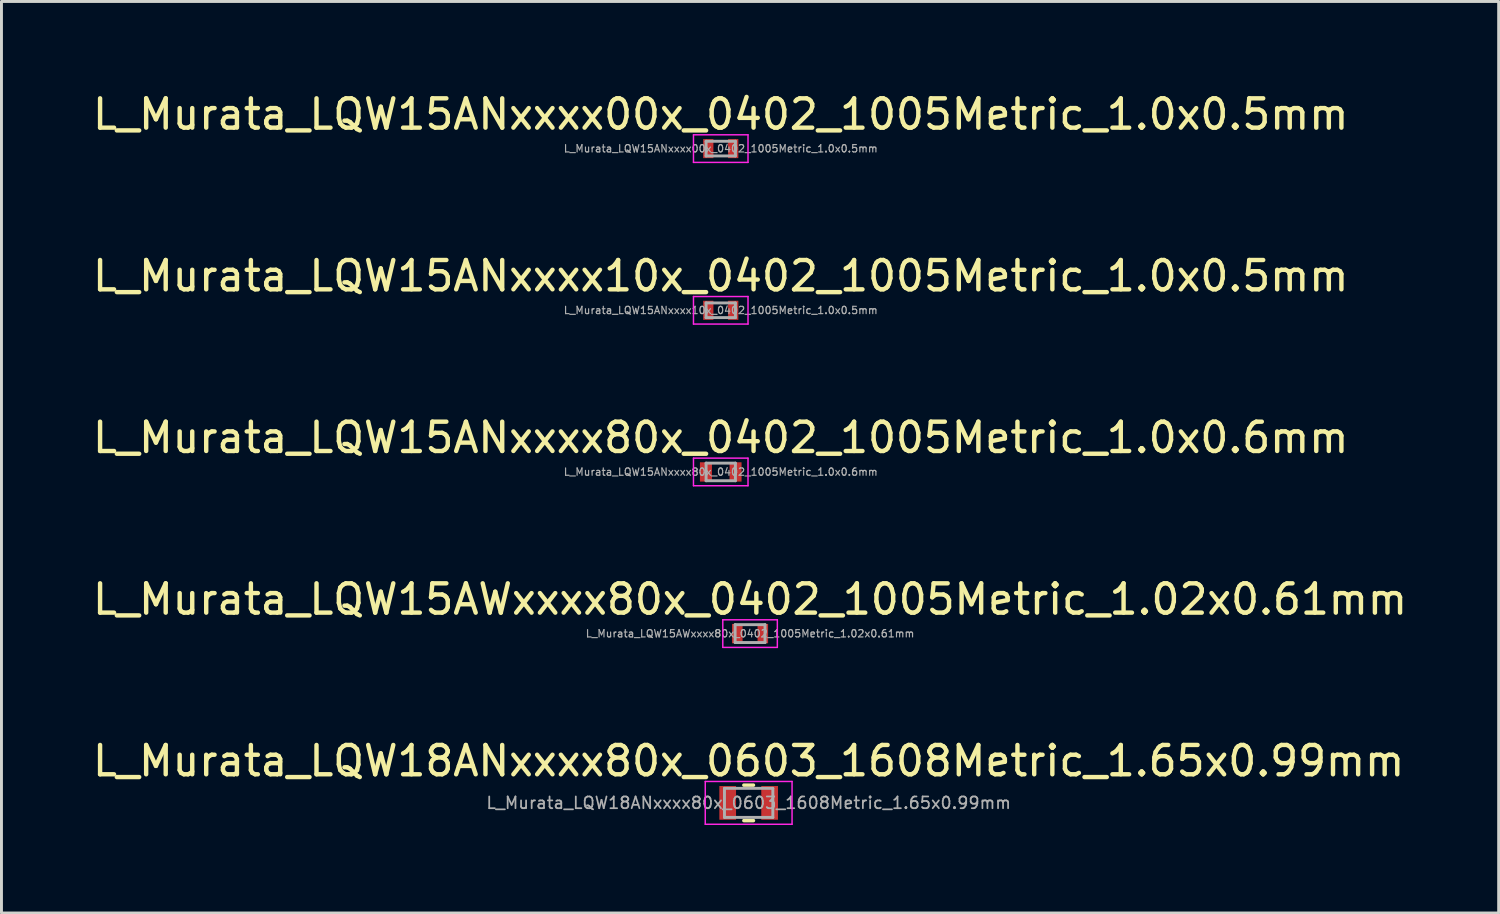
<source format=kicad_pcb>
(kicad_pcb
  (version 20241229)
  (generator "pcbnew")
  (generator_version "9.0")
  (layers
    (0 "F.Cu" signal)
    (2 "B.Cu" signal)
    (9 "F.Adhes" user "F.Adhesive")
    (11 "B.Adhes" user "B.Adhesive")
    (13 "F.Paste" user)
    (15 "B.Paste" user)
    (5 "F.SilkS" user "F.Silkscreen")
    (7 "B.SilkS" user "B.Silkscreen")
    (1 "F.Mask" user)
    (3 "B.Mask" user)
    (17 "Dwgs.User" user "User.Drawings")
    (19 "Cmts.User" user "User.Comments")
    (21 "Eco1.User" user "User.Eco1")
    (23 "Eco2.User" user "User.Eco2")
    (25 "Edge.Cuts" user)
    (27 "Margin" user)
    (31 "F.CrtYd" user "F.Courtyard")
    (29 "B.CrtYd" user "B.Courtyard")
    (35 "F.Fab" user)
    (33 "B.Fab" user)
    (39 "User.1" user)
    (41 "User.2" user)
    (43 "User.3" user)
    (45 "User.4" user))
  (footprint "L_Murata_LQW18ANxxxx80x_0603_1608Metric_1.65x0.99mm"
    (layer "F.Cu")
    (at 22.482 24.331)
    (property "Reference" "L_Murata_LQW18ANxxxx80x_0603_1608Metric_1.65x0.99mm" (at 0 -1.43 0) (layer "F.SilkS") (effects (font (size 1 1) (thickness 0.15))))
    (attr smd)
    (fp_line (start -0.163 -0.605) (end 0.163 -0.605) (stroke (width 0.12) (type solid)) (layer "F.SilkS"))
    (fp_line (start -0.163 0.605) (end 0.163 0.605) (stroke (width 0.12) (type solid)) (layer "F.SilkS"))
    (fp_line (start -1.48 -0.73) (end 1.48 -0.73) (stroke (width 0.05) (type solid)) (layer "F.CrtYd"))
    (fp_line (start -1.48 0.73) (end -1.48 -0.73) (stroke (width 0.05) (type solid)) (layer "F.CrtYd"))
    (fp_line (start 1.48 -0.73) (end 1.48 0.73) (stroke (width 0.05) (type solid)) (layer "F.CrtYd"))
    (fp_line (start 1.48 0.73) (end -1.48 0.73) (stroke (width 0.05) (type solid)) (layer "F.CrtYd"))
    (fp_line (start -0.825 -0.495) (end 0.825 -0.495) (stroke (width 0.1) (type solid)) (layer "F.Fab"))
    (fp_line (start -0.825 0.495) (end -0.825 -0.495) (stroke (width 0.1) (type solid)) (layer "F.Fab"))
    (fp_line (start 0.825 -0.495) (end 0.825 0.495) (stroke (width 0.1) (type solid)) (layer "F.Fab"))
    (fp_line (start 0.825 0.495) (end -0.825 0.495) (stroke (width 0.1) (type solid)) (layer "F.Fab"))
    (fp_text user "${REFERENCE}" (at 0 0 0) (layer "F.Fab") (effects (font (size 0.4 0.4) (thickness 0.06))))
    (pad "1" smd rect (at -0.715 0) (size 0.57 1.15) (layers "F.Cu" "F.Mask" "F.Paste"))
    (pad "2" smd rect (at 0.715 0) (size 0.57 1.15) (layers "F.Cu" "F.Mask" "F.Paste")))
  (footprint "L_Murata_LQW15ANxxxx00x_0402_1005Metric_1.0x0.5mm"
    (layer "F.Cu")
    (at 21.53 2.018)
    (property "Reference" "L_Murata_LQW15ANxxxx00x_0402_1005Metric_1.0x0.5mm" (at 0 -1.17 0) (layer "F.SilkS") (effects (font (size 1 1) (thickness 0.15))))
    (attr smd)
    (fp_line (start -0.93 -0.47) (end 0.93 -0.47) (stroke (width 0.05) (type solid)) (layer "F.CrtYd"))
    (fp_line (start -0.93 0.47) (end -0.93 -0.47) (stroke (width 0.05) (type solid)) (layer "F.CrtYd"))
    (fp_line (start 0.93 -0.47) (end 0.93 0.47) (stroke (width 0.05) (type solid)) (layer "F.CrtYd"))
    (fp_line (start 0.93 0.47) (end -0.93 0.47) (stroke (width 0.05) (type solid)) (layer "F.CrtYd"))
    (fp_line (start -0.5 -0.25) (end 0.5 -0.25) (stroke (width 0.1) (type solid)) (layer "F.Fab"))
    (fp_line (start -0.5 0.25) (end -0.5 -0.25) (stroke (width 0.1) (type solid)) (layer "F.Fab"))
    (fp_line (start 0.5 -0.25) (end 0.5 0.25) (stroke (width 0.1) (type solid)) (layer "F.Fab"))
    (fp_line (start 0.5 0.25) (end -0.5 0.25) (stroke (width 0.1) (type solid)) (layer "F.Fab"))
    (fp_text user "${REFERENCE}" (at 0 0 0) (layer "F.Fab") (effects (font (size 0.25 0.25) (thickness 0.04))))
    (pad "1" smd rect (at -0.425 0) (size 0.35 0.65) (layers "F.Cu" "F.Mask" "F.Paste"))
    (pad "2" smd rect (at 0.425 0) (size 0.35 0.65) (layers "F.Cu" "F.Mask" "F.Paste")))
  (footprint "L_Murata_LQW15ANxxxx10x_0402_1005Metric_1.0x0.5mm"
    (layer "F.Cu")
    (at 21.53 7.532)
    (property "Reference" "L_Murata_LQW15ANxxxx10x_0402_1005Metric_1.0x0.5mm" (at 0 -1.17 0) (layer "F.SilkS") (effects (font (size 1 1) (thickness 0.15))))
    (attr smd)
    (fp_line (start -0.93 -0.47) (end 0.93 -0.47) (stroke (width 0.05) (type solid)) (layer "F.CrtYd"))
    (fp_line (start -0.93 0.47) (end -0.93 -0.47) (stroke (width 0.05) (type solid)) (layer "F.CrtYd"))
    (fp_line (start 0.93 -0.47) (end 0.93 0.47) (stroke (width 0.05) (type solid)) (layer "F.CrtYd"))
    (fp_line (start 0.93 0.47) (end -0.93 0.47) (stroke (width 0.05) (type solid)) (layer "F.CrtYd"))
    (fp_line (start -0.5 -0.25) (end 0.5 -0.25) (stroke (width 0.1) (type solid)) (layer "F.Fab"))
    (fp_line (start -0.5 0.25) (end -0.5 -0.25) (stroke (width 0.1) (type solid)) (layer "F.Fab"))
    (fp_line (start 0.5 -0.25) (end 0.5 0.25) (stroke (width 0.1) (type solid)) (layer "F.Fab"))
    (fp_line (start 0.5 0.25) (end -0.5 0.25) (stroke (width 0.1) (type solid)) (layer "F.Fab"))
    (fp_text user "${REFERENCE}" (at 0 0 0) (layer "F.Fab") (effects (font (size 0.25 0.25) (thickness 0.04))))
    (pad "1" smd rect (at -0.425 0) (size 0.35 0.65) (layers "F.Cu" "F.Mask" "F.Paste"))
    (pad "2" smd rect (at 0.425 0) (size 0.35 0.65) (layers "F.Cu" "F.Mask" "F.Paste")))
  (footprint "L_Murata_LQW15ANxxxx80x_0402_1005Metric_1.0x0.6mm"
    (layer "F.Cu")
    (at 21.53 13.045)
    (property "Reference" "L_Murata_LQW15ANxxxx80x_0402_1005Metric_1.0x0.6mm" (at 0 -1.17 0) (layer "F.SilkS") (effects (font (size 1 1) (thickness 0.15))))
    (attr smd)
    (fp_line (start -0.93 -0.47) (end 0.93 -0.47) (stroke (width 0.05) (type solid)) (layer "F.CrtYd"))
    (fp_line (start -0.93 0.47) (end -0.93 -0.47) (stroke (width 0.05) (type solid)) (layer "F.CrtYd"))
    (fp_line (start 0.93 -0.47) (end 0.93 0.47) (stroke (width 0.05) (type solid)) (layer "F.CrtYd"))
    (fp_line (start 0.93 0.47) (end -0.93 0.47) (stroke (width 0.05) (type solid)) (layer "F.CrtYd"))
    (fp_line (start -0.5 -0.3) (end 0.5 -0.3) (stroke (width 0.1) (type solid)) (layer "F.Fab"))
    (fp_line (start -0.5 0.3) (end -0.5 -0.3) (stroke (width 0.1) (type solid)) (layer "F.Fab"))
    (fp_line (start 0.5 -0.3) (end 0.5 0.3) (stroke (width 0.1) (type solid)) (layer "F.Fab"))
    (fp_line (start 0.5 0.3) (end -0.5 0.3) (stroke (width 0.1) (type solid)) (layer "F.Fab"))
    (fp_text user "${REFERENCE}" (at 0 0 0) (layer "F.Fab") (effects (font (size 0.25 0.25) (thickness 0.04))))
    (pad "1" smd rect (at -0.505 0) (size 0.41 0.66) (layers "F.Cu" "F.Mask" "F.Paste"))
    (pad "2" smd rect (at 0.505 0) (size 0.41 0.66) (layers "F.Cu" "F.Mask" "F.Paste")))
  (footprint "L_Murata_LQW15AWxxxx80x_0402_1005Metric_1.02x0.61mm"
    (layer "F.Cu")
    (at 22.53 18.558)
    (property "Reference" "L_Murata_LQW15AWxxxx80x_0402_1005Metric_1.02x0.61mm" (at 0 -1.17 0) (layer "F.SilkS") (effects (font (size 1 1) (thickness 0.15))))
    (attr smd)
    (fp_line (start -0.93 -0.47) (end 0.93 -0.47) (stroke (width 0.05) (type solid)) (layer "F.CrtYd"))
    (fp_line (start -0.93 0.47) (end -0.93 -0.47) (stroke (width 0.05) (type solid)) (layer "F.CrtYd"))
    (fp_line (start 0.93 -0.47) (end 0.93 0.47) (stroke (width 0.05) (type solid)) (layer "F.CrtYd"))
    (fp_line (start 0.93 0.47) (end -0.93 0.47) (stroke (width 0.05) (type solid)) (layer "F.CrtYd"))
    (fp_line (start -0.51 -0.305) (end 0.51 -0.305) (stroke (width 0.1) (type solid)) (layer "F.Fab"))
    (fp_line (start -0.51 0.305) (end -0.51 -0.305) (stroke (width 0.1) (type solid)) (layer "F.Fab"))
    (fp_line (start 0.51 -0.305) (end 0.51 0.305) (stroke (width 0.1) (type solid)) (layer "F.Fab"))
    (fp_line (start 0.51 0.305) (end -0.51 0.305) (stroke (width 0.1) (type solid)) (layer "F.Fab"))
    (fp_text user "${REFERENCE}" (at 0 0 0) (layer "F.Fab") (effects (font (size 0.25 0.25) (thickness 0.04))))
    (pad "1" smd rect (at -0.435 0) (size 0.36 0.66) (layers "F.Cu" "F.Mask" "F.Paste"))
    (pad "2" smd rect (at 0.435 0) (size 0.36 0.66) (layers "F.Cu" "F.Mask" "F.Paste")))
  (gr_rect
    (start -3 -3)
    (end 48.06 28.086)
    (stroke (width 0.1) (type default))
    (fill no)
    (layer "Edge.Cuts")))
</source>
